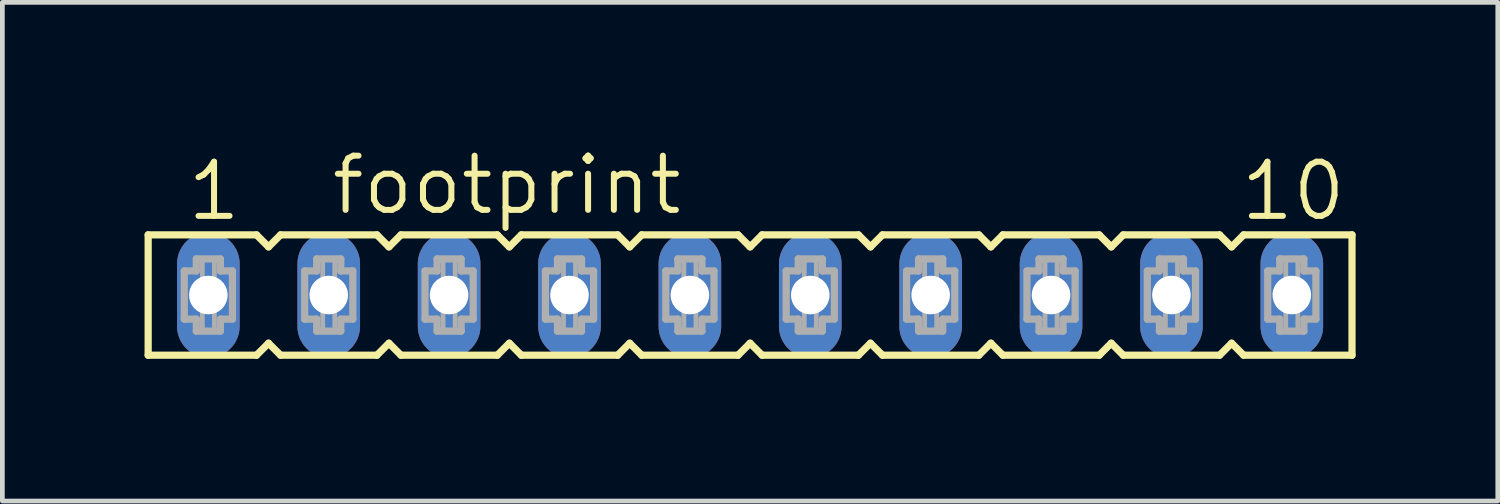
<source format=kicad_pcb>
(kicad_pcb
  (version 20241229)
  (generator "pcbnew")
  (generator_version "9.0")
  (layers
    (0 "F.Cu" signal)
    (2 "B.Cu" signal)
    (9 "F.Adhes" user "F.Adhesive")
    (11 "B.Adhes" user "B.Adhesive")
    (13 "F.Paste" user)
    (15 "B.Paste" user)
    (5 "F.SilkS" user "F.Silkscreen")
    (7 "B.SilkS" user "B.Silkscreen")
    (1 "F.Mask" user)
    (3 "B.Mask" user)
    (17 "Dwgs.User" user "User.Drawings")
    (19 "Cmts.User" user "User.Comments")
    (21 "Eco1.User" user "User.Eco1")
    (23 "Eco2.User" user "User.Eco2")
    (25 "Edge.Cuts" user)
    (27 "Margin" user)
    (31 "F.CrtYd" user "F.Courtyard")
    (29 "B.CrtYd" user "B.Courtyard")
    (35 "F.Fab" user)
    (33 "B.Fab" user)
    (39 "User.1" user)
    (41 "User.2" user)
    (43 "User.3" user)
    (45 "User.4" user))
  (footprint "footprint"
    (layer "F.Cu")
    (at 12.776 3.175)
    (property "Reference" "footprint" (at -8.89 -1.651 0) (layer "F.SilkS") (effects (font (size 1.143 1.143) (thickness 0.127)) (justify left bottom)))
    (fp_line (start -12.7 -1.27) (end -12.7 1.27) (stroke (width 0.152) (type solid)) (layer "F.SilkS"))
    (fp_line (start -12.7 1.27) (end -10.414 1.27) (stroke (width 0.152) (type solid)) (layer "F.SilkS"))
    (fp_line (start -10.414 -1.27) (end -12.7 -1.27) (stroke (width 0.152) (type solid)) (layer "F.SilkS"))
    (fp_line (start -10.414 1.27) (end -10.16 1.016) (stroke (width 0.152) (type solid)) (layer "F.SilkS"))
    (fp_line (start -10.16 -1.016) (end -10.414 -1.27) (stroke (width 0.152) (type solid)) (layer "F.SilkS"))
    (fp_line (start -10.16 1.016) (end -9.906 1.27) (stroke (width 0.152) (type solid)) (layer "F.SilkS"))
    (fp_line (start -9.906 -1.27) (end -10.16 -1.016) (stroke (width 0.152) (type solid)) (layer "F.SilkS"))
    (fp_line (start -9.906 1.27) (end -7.874 1.27) (stroke (width 0.152) (type solid)) (layer "F.SilkS"))
    (fp_line (start -7.874 -1.27) (end -9.906 -1.27) (stroke (width 0.152) (type solid)) (layer "F.SilkS"))
    (fp_line (start -7.874 1.27) (end -7.62 1.016) (stroke (width 0.152) (type solid)) (layer "F.SilkS"))
    (fp_line (start -7.62 -1.016) (end -7.874 -1.27) (stroke (width 0.152) (type solid)) (layer "F.SilkS"))
    (fp_line (start -7.62 1.016) (end -7.366 1.27) (stroke (width 0.152) (type solid)) (layer "F.SilkS"))
    (fp_line (start -7.366 -1.27) (end -7.62 -1.016) (stroke (width 0.152) (type solid)) (layer "F.SilkS"))
    (fp_line (start -7.366 1.27) (end -5.334 1.27) (stroke (width 0.152) (type solid)) (layer "F.SilkS"))
    (fp_line (start -5.334 -1.27) (end -7.366 -1.27) (stroke (width 0.152) (type solid)) (layer "F.SilkS"))
    (fp_line (start -5.334 1.27) (end -5.08 1.016) (stroke (width 0.152) (type solid)) (layer "F.SilkS"))
    (fp_line (start -5.08 -1.016) (end -5.334 -1.27) (stroke (width 0.152) (type solid)) (layer "F.SilkS"))
    (fp_line (start -5.08 1.016) (end -4.826 1.27) (stroke (width 0.152) (type solid)) (layer "F.SilkS"))
    (fp_line (start -4.826 -1.27) (end -5.08 -1.016) (stroke (width 0.152) (type solid)) (layer "F.SilkS"))
    (fp_line (start -4.826 1.27) (end -2.794 1.27) (stroke (width 0.152) (type solid)) (layer "F.SilkS"))
    (fp_line (start -2.794 -1.27) (end -4.826 -1.27) (stroke (width 0.152) (type solid)) (layer "F.SilkS"))
    (fp_line (start -2.794 1.27) (end -2.54 1.016) (stroke (width 0.152) (type solid)) (layer "F.SilkS"))
    (fp_line (start -2.54 -1.016) (end -2.794 -1.27) (stroke (width 0.152) (type solid)) (layer "F.SilkS"))
    (fp_line (start -2.54 1.016) (end -2.286 1.27) (stroke (width 0.152) (type solid)) (layer "F.SilkS"))
    (fp_line (start -2.286 -1.27) (end -2.54 -1.016) (stroke (width 0.152) (type solid)) (layer "F.SilkS"))
    (fp_line (start -2.286 1.27) (end -0.254 1.27) (stroke (width 0.152) (type solid)) (layer "F.SilkS"))
    (fp_line (start -0.254 -1.27) (end -2.286 -1.27) (stroke (width 0.152) (type solid)) (layer "F.SilkS"))
    (fp_line (start -0.254 1.27) (end 0 1.016) (stroke (width 0.152) (type solid)) (layer "F.SilkS"))
    (fp_line (start 0 -1.016) (end -0.254 -1.27) (stroke (width 0.152) (type solid)) (layer "F.SilkS"))
    (fp_line (start 0 1.016) (end 0.254 1.27) (stroke (width 0.152) (type solid)) (layer "F.SilkS"))
    (fp_line (start 0.254 -1.27) (end 0 -1.016) (stroke (width 0.152) (type solid)) (layer "F.SilkS"))
    (fp_line (start 0.254 1.27) (end 2.286 1.27) (stroke (width 0.152) (type solid)) (layer "F.SilkS"))
    (fp_line (start 2.286 -1.27) (end 0.254 -1.27) (stroke (width 0.152) (type solid)) (layer "F.SilkS"))
    (fp_line (start 2.286 1.27) (end 2.54 1.016) (stroke (width 0.152) (type solid)) (layer "F.SilkS"))
    (fp_line (start 2.54 -1.016) (end 2.286 -1.27) (stroke (width 0.152) (type solid)) (layer "F.SilkS"))
    (fp_line (start 2.54 1.016) (end 2.794 1.27) (stroke (width 0.152) (type solid)) (layer "F.SilkS"))
    (fp_line (start 2.794 -1.27) (end 2.54 -1.016) (stroke (width 0.152) (type solid)) (layer "F.SilkS"))
    (fp_line (start 2.794 1.27) (end 4.826 1.27) (stroke (width 0.152) (type solid)) (layer "F.SilkS"))
    (fp_line (start 4.826 -1.27) (end 2.794 -1.27) (stroke (width 0.152) (type solid)) (layer "F.SilkS"))
    (fp_line (start 4.826 1.27) (end 5.08 1.016) (stroke (width 0.152) (type solid)) (layer "F.SilkS"))
    (fp_line (start 5.08 -1.016) (end 4.826 -1.27) (stroke (width 0.152) (type solid)) (layer "F.SilkS"))
    (fp_line (start 5.08 1.016) (end 5.334 1.27) (stroke (width 0.152) (type solid)) (layer "F.SilkS"))
    (fp_line (start 5.334 -1.27) (end 5.08 -1.016) (stroke (width 0.152) (type solid)) (layer "F.SilkS"))
    (fp_line (start 5.334 1.27) (end 7.366 1.27) (stroke (width 0.152) (type solid)) (layer "F.SilkS"))
    (fp_line (start 7.366 -1.27) (end 5.334 -1.27) (stroke (width 0.152) (type solid)) (layer "F.SilkS"))
    (fp_line (start 7.366 1.27) (end 7.62 1.016) (stroke (width 0.152) (type solid)) (layer "F.SilkS"))
    (fp_line (start 7.62 -1.016) (end 7.366 -1.27) (stroke (width 0.152) (type solid)) (layer "F.SilkS"))
    (fp_line (start 7.62 1.016) (end 7.874 1.27) (stroke (width 0.152) (type solid)) (layer "F.SilkS"))
    (fp_line (start 7.874 -1.27) (end 7.62 -1.016) (stroke (width 0.152) (type solid)) (layer "F.SilkS"))
    (fp_line (start 7.874 1.27) (end 9.906 1.27) (stroke (width 0.152) (type solid)) (layer "F.SilkS"))
    (fp_line (start 9.906 -1.27) (end 7.874 -1.27) (stroke (width 0.152) (type solid)) (layer "F.SilkS"))
    (fp_line (start 9.906 1.27) (end 10.16 1.016) (stroke (width 0.152) (type solid)) (layer "F.SilkS"))
    (fp_line (start 10.16 -1.016) (end 9.906 -1.27) (stroke (width 0.152) (type solid)) (layer "F.SilkS"))
    (fp_line (start 10.16 1.016) (end 10.414 1.27) (stroke (width 0.152) (type solid)) (layer "F.SilkS"))
    (fp_line (start 10.414 -1.27) (end 10.16 -1.016) (stroke (width 0.152) (type solid)) (layer "F.SilkS"))
    (fp_line (start 10.414 1.27) (end 12.7 1.27) (stroke (width 0.152) (type solid)) (layer "F.SilkS"))
    (fp_line (start 12.7 -1.27) (end 10.414 -1.27) (stroke (width 0.152) (type solid)) (layer "F.SilkS"))
    (fp_line (start 12.7 1.27) (end 12.7 -1.27) (stroke (width 0.152) (type solid)) (layer "F.SilkS"))
    (fp_line (start -11.938 -0.508) (end -11.938 0.508) (stroke (width 0.152) (type solid)) (layer "F.Fab"))
    (fp_line (start -11.938 0.508) (end -11.684 0.508) (stroke (width 0.152) (type solid)) (layer "F.Fab"))
    (fp_line (start -11.684 -0.762) (end -11.684 -0.508) (stroke (width 0.152) (type solid)) (layer "F.Fab"))
    (fp_line (start -11.684 -0.508) (end -11.938 -0.508) (stroke (width 0.152) (type solid)) (layer "F.Fab"))
    (fp_line (start -11.684 0.508) (end -11.684 0.762) (stroke (width 0.152) (type solid)) (layer "F.Fab"))
    (fp_line (start -11.684 0.762) (end -11.176 0.762) (stroke (width 0.152) (type solid)) (layer "F.Fab"))
    (fp_line (start -11.176 -0.762) (end -11.684 -0.762) (stroke (width 0.152) (type solid)) (layer "F.Fab"))
    (fp_line (start -11.176 -0.508) (end -11.176 -0.762) (stroke (width 0.152) (type solid)) (layer "F.Fab"))
    (fp_line (start -11.176 0.508) (end -10.922 0.508) (stroke (width 0.152) (type solid)) (layer "F.Fab"))
    (fp_line (start -11.176 0.762) (end -11.176 0.508) (stroke (width 0.152) (type solid)) (layer "F.Fab"))
    (fp_line (start -10.922 -0.508) (end -11.176 -0.508) (stroke (width 0.152) (type solid)) (layer "F.Fab"))
    (fp_line (start -10.922 0.508) (end -10.922 -0.508) (stroke (width 0.152) (type solid)) (layer "F.Fab"))
    (fp_line (start -9.398 -0.508) (end -9.398 0.508) (stroke (width 0.152) (type solid)) (layer "F.Fab"))
    (fp_line (start -9.398 0.508) (end -9.144 0.508) (stroke (width 0.152) (type solid)) (layer "F.Fab"))
    (fp_line (start -9.144 -0.762) (end -9.144 -0.508) (stroke (width 0.152) (type solid)) (layer "F.Fab"))
    (fp_line (start -9.144 -0.508) (end -9.398 -0.508) (stroke (width 0.152) (type solid)) (layer "F.Fab"))
    (fp_line (start -9.144 0.508) (end -9.144 0.762) (stroke (width 0.152) (type solid)) (layer "F.Fab"))
    (fp_line (start -9.144 0.762) (end -8.636 0.762) (stroke (width 0.152) (type solid)) (layer "F.Fab"))
    (fp_line (start -8.636 -0.762) (end -9.144 -0.762) (stroke (width 0.152) (type solid)) (layer "F.Fab"))
    (fp_line (start -8.636 -0.508) (end -8.636 -0.762) (stroke (width 0.152) (type solid)) (layer "F.Fab"))
    (fp_line (start -8.636 0.508) (end -8.382 0.508) (stroke (width 0.152) (type solid)) (layer "F.Fab"))
    (fp_line (start -8.636 0.762) (end -8.636 0.508) (stroke (width 0.152) (type solid)) (layer "F.Fab"))
    (fp_line (start -8.382 -0.508) (end -8.636 -0.508) (stroke (width 0.152) (type solid)) (layer "F.Fab"))
    (fp_line (start -8.382 0.508) (end -8.382 -0.508) (stroke (width 0.152) (type solid)) (layer "F.Fab"))
    (fp_line (start -6.858 -0.508) (end -6.858 0.508) (stroke (width 0.152) (type solid)) (layer "F.Fab"))
    (fp_line (start -6.858 0.508) (end -6.604 0.508) (stroke (width 0.152) (type solid)) (layer "F.Fab"))
    (fp_line (start -6.604 -0.762) (end -6.604 -0.508) (stroke (width 0.152) (type solid)) (layer "F.Fab"))
    (fp_line (start -6.604 -0.508) (end -6.858 -0.508) (stroke (width 0.152) (type solid)) (layer "F.Fab"))
    (fp_line (start -6.604 0.508) (end -6.604 0.762) (stroke (width 0.152) (type solid)) (layer "F.Fab"))
    (fp_line (start -6.604 0.762) (end -6.096 0.762) (stroke (width 0.152) (type solid)) (layer "F.Fab"))
    (fp_line (start -6.096 -0.762) (end -6.604 -0.762) (stroke (width 0.152) (type solid)) (layer "F.Fab"))
    (fp_line (start -6.096 -0.508) (end -6.096 -0.762) (stroke (width 0.152) (type solid)) (layer "F.Fab"))
    (fp_line (start -6.096 0.508) (end -5.842 0.508) (stroke (width 0.152) (type solid)) (layer "F.Fab"))
    (fp_line (start -6.096 0.762) (end -6.096 0.508) (stroke (width 0.152) (type solid)) (layer "F.Fab"))
    (fp_line (start -5.842 -0.508) (end -6.096 -0.508) (stroke (width 0.152) (type solid)) (layer "F.Fab"))
    (fp_line (start -5.842 0.508) (end -5.842 -0.508) (stroke (width 0.152) (type solid)) (layer "F.Fab"))
    (fp_line (start -4.318 -0.508) (end -4.318 0.508) (stroke (width 0.152) (type solid)) (layer "F.Fab"))
    (fp_line (start -4.318 0.508) (end -4.064 0.508) (stroke (width 0.152) (type solid)) (layer "F.Fab"))
    (fp_line (start -4.064 -0.762) (end -4.064 -0.508) (stroke (width 0.152) (type solid)) (layer "F.Fab"))
    (fp_line (start -4.064 -0.508) (end -4.318 -0.508) (stroke (width 0.152) (type solid)) (layer "F.Fab"))
    (fp_line (start -4.064 0.508) (end -4.064 0.762) (stroke (width 0.152) (type solid)) (layer "F.Fab"))
    (fp_line (start -4.064 0.762) (end -3.556 0.762) (stroke (width 0.152) (type solid)) (layer "F.Fab"))
    (fp_line (start -3.556 -0.762) (end -4.064 -0.762) (stroke (width 0.152) (type solid)) (layer "F.Fab"))
    (fp_line (start -3.556 -0.508) (end -3.556 -0.762) (stroke (width 0.152) (type solid)) (layer "F.Fab"))
    (fp_line (start -3.556 0.508) (end -3.302 0.508) (stroke (width 0.152) (type solid)) (layer "F.Fab"))
    (fp_line (start -3.556 0.762) (end -3.556 0.508) (stroke (width 0.152) (type solid)) (layer "F.Fab"))
    (fp_line (start -3.302 -0.508) (end -3.556 -0.508) (stroke (width 0.152) (type solid)) (layer "F.Fab"))
    (fp_line (start -3.302 0.508) (end -3.302 -0.508) (stroke (width 0.152) (type solid)) (layer "F.Fab"))
    (fp_line (start -1.778 -0.508) (end -1.778 0.508) (stroke (width 0.152) (type solid)) (layer "F.Fab"))
    (fp_line (start -1.778 0.508) (end -1.524 0.508) (stroke (width 0.152) (type solid)) (layer "F.Fab"))
    (fp_line (start -1.524 -0.762) (end -1.524 -0.508) (stroke (width 0.152) (type solid)) (layer "F.Fab"))
    (fp_line (start -1.524 -0.508) (end -1.778 -0.508) (stroke (width 0.152) (type solid)) (layer "F.Fab"))
    (fp_line (start -1.524 0.508) (end -1.524 0.762) (stroke (width 0.152) (type solid)) (layer "F.Fab"))
    (fp_line (start -1.524 0.762) (end -1.016 0.762) (stroke (width 0.152) (type solid)) (layer "F.Fab"))
    (fp_line (start -1.016 -0.762) (end -1.524 -0.762) (stroke (width 0.152) (type solid)) (layer "F.Fab"))
    (fp_line (start -1.016 -0.508) (end -1.016 -0.762) (stroke (width 0.152) (type solid)) (layer "F.Fab"))
    (fp_line (start -1.016 0.508) (end -0.762 0.508) (stroke (width 0.152) (type solid)) (layer "F.Fab"))
    (fp_line (start -1.016 0.762) (end -1.016 0.508) (stroke (width 0.152) (type solid)) (layer "F.Fab"))
    (fp_line (start -0.762 -0.508) (end -1.016 -0.508) (stroke (width 0.152) (type solid)) (layer "F.Fab"))
    (fp_line (start -0.762 0.508) (end -0.762 -0.508) (stroke (width 0.152) (type solid)) (layer "F.Fab"))
    (fp_line (start 0.762 -0.508) (end 0.762 0.508) (stroke (width 0.152) (type solid)) (layer "F.Fab"))
    (fp_line (start 0.762 0.508) (end 1.016 0.508) (stroke (width 0.152) (type solid)) (layer "F.Fab"))
    (fp_line (start 1.016 -0.762) (end 1.016 -0.508) (stroke (width 0.152) (type solid)) (layer "F.Fab"))
    (fp_line (start 1.016 -0.508) (end 0.762 -0.508) (stroke (width 0.152) (type solid)) (layer "F.Fab"))
    (fp_line (start 1.016 0.508) (end 1.016 0.762) (stroke (width 0.152) (type solid)) (layer "F.Fab"))
    (fp_line (start 1.016 0.762) (end 1.524 0.762) (stroke (width 0.152) (type solid)) (layer "F.Fab"))
    (fp_line (start 1.524 -0.762) (end 1.016 -0.762) (stroke (width 0.152) (type solid)) (layer "F.Fab"))
    (fp_line (start 1.524 -0.508) (end 1.524 -0.762) (stroke (width 0.152) (type solid)) (layer "F.Fab"))
    (fp_line (start 1.524 0.508) (end 1.778 0.508) (stroke (width 0.152) (type solid)) (layer "F.Fab"))
    (fp_line (start 1.524 0.762) (end 1.524 0.508) (stroke (width 0.152) (type solid)) (layer "F.Fab"))
    (fp_line (start 1.778 -0.508) (end 1.524 -0.508) (stroke (width 0.152) (type solid)) (layer "F.Fab"))
    (fp_line (start 1.778 0.508) (end 1.778 -0.508) (stroke (width 0.152) (type solid)) (layer "F.Fab"))
    (fp_line (start 3.302 -0.508) (end 3.302 0.508) (stroke (width 0.152) (type solid)) (layer "F.Fab"))
    (fp_line (start 3.302 0.508) (end 3.556 0.508) (stroke (width 0.152) (type solid)) (layer "F.Fab"))
    (fp_line (start 3.556 -0.762) (end 3.556 -0.508) (stroke (width 0.152) (type solid)) (layer "F.Fab"))
    (fp_line (start 3.556 -0.508) (end 3.302 -0.508) (stroke (width 0.152) (type solid)) (layer "F.Fab"))
    (fp_line (start 3.556 0.508) (end 3.556 0.762) (stroke (width 0.152) (type solid)) (layer "F.Fab"))
    (fp_line (start 3.556 0.762) (end 4.064 0.762) (stroke (width 0.152) (type solid)) (layer "F.Fab"))
    (fp_line (start 4.064 -0.762) (end 3.556 -0.762) (stroke (width 0.152) (type solid)) (layer "F.Fab"))
    (fp_line (start 4.064 -0.508) (end 4.064 -0.762) (stroke (width 0.152) (type solid)) (layer "F.Fab"))
    (fp_line (start 4.064 0.508) (end 4.318 0.508) (stroke (width 0.152) (type solid)) (layer "F.Fab"))
    (fp_line (start 4.064 0.762) (end 4.064 0.508) (stroke (width 0.152) (type solid)) (layer "F.Fab"))
    (fp_line (start 4.318 -0.508) (end 4.064 -0.508) (stroke (width 0.152) (type solid)) (layer "F.Fab"))
    (fp_line (start 4.318 0.508) (end 4.318 -0.508) (stroke (width 0.152) (type solid)) (layer "F.Fab"))
    (fp_line (start 5.842 -0.508) (end 5.842 0.508) (stroke (width 0.152) (type solid)) (layer "F.Fab"))
    (fp_line (start 5.842 0.508) (end 6.096 0.508) (stroke (width 0.152) (type solid)) (layer "F.Fab"))
    (fp_line (start 6.096 -0.762) (end 6.096 -0.508) (stroke (width 0.152) (type solid)) (layer "F.Fab"))
    (fp_line (start 6.096 -0.508) (end 5.842 -0.508) (stroke (width 0.152) (type solid)) (layer "F.Fab"))
    (fp_line (start 6.096 0.508) (end 6.096 0.762) (stroke (width 0.152) (type solid)) (layer "F.Fab"))
    (fp_line (start 6.096 0.762) (end 6.604 0.762) (stroke (width 0.152) (type solid)) (layer "F.Fab"))
    (fp_line (start 6.604 -0.762) (end 6.096 -0.762) (stroke (width 0.152) (type solid)) (layer "F.Fab"))
    (fp_line (start 6.604 -0.508) (end 6.604 -0.762) (stroke (width 0.152) (type solid)) (layer "F.Fab"))
    (fp_line (start 6.604 0.508) (end 6.858 0.508) (stroke (width 0.152) (type solid)) (layer "F.Fab"))
    (fp_line (start 6.604 0.762) (end 6.604 0.508) (stroke (width 0.152) (type solid)) (layer "F.Fab"))
    (fp_line (start 6.858 -0.508) (end 6.604 -0.508) (stroke (width 0.152) (type solid)) (layer "F.Fab"))
    (fp_line (start 6.858 0.508) (end 6.858 -0.508) (stroke (width 0.152) (type solid)) (layer "F.Fab"))
    (fp_line (start 8.382 -0.508) (end 8.382 0.508) (stroke (width 0.152) (type solid)) (layer "F.Fab"))
    (fp_line (start 8.382 0.508) (end 8.636 0.508) (stroke (width 0.152) (type solid)) (layer "F.Fab"))
    (fp_line (start 8.636 -0.762) (end 8.636 -0.508) (stroke (width 0.152) (type solid)) (layer "F.Fab"))
    (fp_line (start 8.636 -0.508) (end 8.382 -0.508) (stroke (width 0.152) (type solid)) (layer "F.Fab"))
    (fp_line (start 8.636 0.508) (end 8.636 0.762) (stroke (width 0.152) (type solid)) (layer "F.Fab"))
    (fp_line (start 8.636 0.762) (end 9.144 0.762) (stroke (width 0.152) (type solid)) (layer "F.Fab"))
    (fp_line (start 9.144 -0.762) (end 8.636 -0.762) (stroke (width 0.152) (type solid)) (layer "F.Fab"))
    (fp_line (start 9.144 -0.508) (end 9.144 -0.762) (stroke (width 0.152) (type solid)) (layer "F.Fab"))
    (fp_line (start 9.144 0.508) (end 9.398 0.508) (stroke (width 0.152) (type solid)) (layer "F.Fab"))
    (fp_line (start 9.144 0.762) (end 9.144 0.508) (stroke (width 0.152) (type solid)) (layer "F.Fab"))
    (fp_line (start 9.398 -0.508) (end 9.144 -0.508) (stroke (width 0.152) (type solid)) (layer "F.Fab"))
    (fp_line (start 9.398 0.508) (end 9.398 -0.508) (stroke (width 0.152) (type solid)) (layer "F.Fab"))
    (fp_line (start 10.922 -0.508) (end 10.922 0.508) (stroke (width 0.152) (type solid)) (layer "F.Fab"))
    (fp_line (start 10.922 0.508) (end 11.176 0.508) (stroke (width 0.152) (type solid)) (layer "F.Fab"))
    (fp_line (start 11.176 -0.762) (end 11.176 -0.508) (stroke (width 0.152) (type solid)) (layer "F.Fab"))
    (fp_line (start 11.176 -0.508) (end 10.922 -0.508) (stroke (width 0.152) (type solid)) (layer "F.Fab"))
    (fp_line (start 11.176 0.508) (end 11.176 0.762) (stroke (width 0.152) (type solid)) (layer "F.Fab"))
    (fp_line (start 11.176 0.762) (end 11.684 0.762) (stroke (width 0.152) (type solid)) (layer "F.Fab"))
    (fp_line (start 11.684 -0.762) (end 11.176 -0.762) (stroke (width 0.152) (type solid)) (layer "F.Fab"))
    (fp_line (start 11.684 -0.508) (end 11.684 -0.762) (stroke (width 0.152) (type solid)) (layer "F.Fab"))
    (fp_line (start 11.684 0.508) (end 11.938 0.508) (stroke (width 0.152) (type solid)) (layer "F.Fab"))
    (fp_line (start 11.684 0.762) (end 11.684 0.508) (stroke (width 0.152) (type solid)) (layer "F.Fab"))
    (fp_line (start 11.938 -0.508) (end 11.684 -0.508) (stroke (width 0.152) (type solid)) (layer "F.Fab"))
    (fp_line (start 11.938 0.508) (end 11.938 -0.508) (stroke (width 0.152) (type solid)) (layer "F.Fab"))
    (fp_poly (pts (xy -11.557 -0.254) (xy -11.303 -0.254) (xy -11.303 -0.762) (xy -11.557 -0.762)) (stroke (width 0.1) (type solid)) (fill no) (layer "F.Fab"))
    (fp_poly (pts (xy -11.557 0.762) (xy -11.303 0.762) (xy -11.303 0.254) (xy -11.557 0.254)) (stroke (width 0.1) (type solid)) (fill no) (layer "F.Fab"))
    (fp_poly (pts (xy -9.017 -0.254) (xy -8.763 -0.254) (xy -8.763 -0.762) (xy -9.017 -0.762)) (stroke (width 0.1) (type solid)) (fill no) (layer "F.Fab"))
    (fp_poly (pts (xy -9.017 0.762) (xy -8.763 0.762) (xy -8.763 0.254) (xy -9.017 0.254)) (stroke (width 0.1) (type solid)) (fill no) (layer "F.Fab"))
    (fp_poly (pts (xy -6.477 -0.254) (xy -6.223 -0.254) (xy -6.223 -0.762) (xy -6.477 -0.762)) (stroke (width 0.1) (type solid)) (fill no) (layer "F.Fab"))
    (fp_poly (pts (xy -6.477 0.762) (xy -6.223 0.762) (xy -6.223 0.254) (xy -6.477 0.254)) (stroke (width 0.1) (type solid)) (fill no) (layer "F.Fab"))
    (fp_poly (pts (xy -3.937 -0.254) (xy -3.683 -0.254) (xy -3.683 -0.762) (xy -3.937 -0.762)) (stroke (width 0.1) (type solid)) (fill no) (layer "F.Fab"))
    (fp_poly (pts (xy -3.937 0.762) (xy -3.683 0.762) (xy -3.683 0.254) (xy -3.937 0.254)) (stroke (width 0.1) (type solid)) (fill no) (layer "F.Fab"))
    (fp_poly (pts (xy -1.397 -0.254) (xy -1.143 -0.254) (xy -1.143 -0.762) (xy -1.397 -0.762)) (stroke (width 0.1) (type solid)) (fill no) (layer "F.Fab"))
    (fp_poly (pts (xy -1.397 0.762) (xy -1.143 0.762) (xy -1.143 0.254) (xy -1.397 0.254)) (stroke (width 0.1) (type solid)) (fill no) (layer "F.Fab"))
    (fp_poly (pts (xy 1.143 -0.254) (xy 1.397 -0.254) (xy 1.397 -0.762) (xy 1.143 -0.762)) (stroke (width 0.1) (type solid)) (fill no) (layer "F.Fab"))
    (fp_poly (pts (xy 1.143 0.762) (xy 1.397 0.762) (xy 1.397 0.254) (xy 1.143 0.254)) (stroke (width 0.1) (type solid)) (fill no) (layer "F.Fab"))
    (fp_poly (pts (xy 3.683 -0.254) (xy 3.937 -0.254) (xy 3.937 -0.762) (xy 3.683 -0.762)) (stroke (width 0.1) (type solid)) (fill no) (layer "F.Fab"))
    (fp_poly (pts (xy 3.683 0.762) (xy 3.937 0.762) (xy 3.937 0.254) (xy 3.683 0.254)) (stroke (width 0.1) (type solid)) (fill no) (layer "F.Fab"))
    (fp_poly (pts (xy 6.223 -0.254) (xy 6.477 -0.254) (xy 6.477 -0.762) (xy 6.223 -0.762)) (stroke (width 0.1) (type solid)) (fill no) (layer "F.Fab"))
    (fp_poly (pts (xy 6.223 0.762) (xy 6.477 0.762) (xy 6.477 0.254) (xy 6.223 0.254)) (stroke (width 0.1) (type solid)) (fill no) (layer "F.Fab"))
    (fp_poly (pts (xy 8.763 -0.254) (xy 9.017 -0.254) (xy 9.017 -0.762) (xy 8.763 -0.762)) (stroke (width 0.1) (type solid)) (fill no) (layer "F.Fab"))
    (fp_poly (pts (xy 8.763 0.762) (xy 9.017 0.762) (xy 9.017 0.254) (xy 8.763 0.254)) (stroke (width 0.1) (type solid)) (fill no) (layer "F.Fab"))
    (fp_poly (pts (xy 11.303 -0.254) (xy 11.557 -0.254) (xy 11.557 -0.762) (xy 11.303 -0.762)) (stroke (width 0.1) (type solid)) (fill no) (layer "F.Fab"))
    (fp_poly (pts (xy 11.303 0.762) (xy 11.557 0.762) (xy 11.557 0.254) (xy 11.303 0.254)) (stroke (width 0.1) (type solid)) (fill no) (layer "F.Fab"))
    (fp_text user "10" (at 10.287 -1.524 0) (layer "F.SilkS") (effects (font (size 1.143 1.143) (thickness 0.127)) (justify left bottom)))
    (fp_text user "1" (at -11.938 -1.524 0) (layer "F.SilkS") (effects (font (size 1.143 1.143) (thickness 0.127)) (justify left bottom)))
    (pad "1" thru_hole oval (at -11.43 0 90) (size 2.642 1.321) (drill 0.813) (layers "*.Cu" "*.Mask"))
    (pad "2" thru_hole oval (at -8.89 0 90) (size 2.642 1.321) (drill 0.813) (layers "*.Cu" "*.Mask"))
    (pad "3" thru_hole oval (at -6.35 0 90) (size 2.642 1.321) (drill 0.813) (layers "*.Cu" "*.Mask"))
    (pad "4" thru_hole oval (at -3.81 0 90) (size 2.642 1.321) (drill 0.813) (layers "*.Cu" "*.Mask"))
    (pad "5" thru_hole oval (at -1.27 0 90) (size 2.642 1.321) (drill 0.813) (layers "*.Cu" "*.Mask"))
    (pad "6" thru_hole oval (at 1.27 0 90) (size 2.642 1.321) (drill 0.813) (layers "*.Cu" "*.Mask"))
    (pad "7" thru_hole oval (at 3.81 0 90) (size 2.642 1.321) (drill 0.813) (layers "*.Cu" "*.Mask"))
    (pad "8" thru_hole oval (at 6.35 0 90) (size 2.642 1.321) (drill 0.813) (layers "*.Cu" "*.Mask"))
    (pad "9" thru_hole oval (at 8.89 0 90) (size 2.642 1.321) (drill 0.813) (layers "*.Cu" "*.Mask"))
    (pad "10" thru_hole oval (at 11.43 0 90) (size 2.642 1.321) (drill 0.813) (layers "*.Cu" "*.Mask")))
  (gr_rect
    (start -3 -3)
    (end 28.552 7.521)
    (stroke (width 0.1) (type default))
    (fill no)
    (layer "Edge.Cuts")))
</source>
